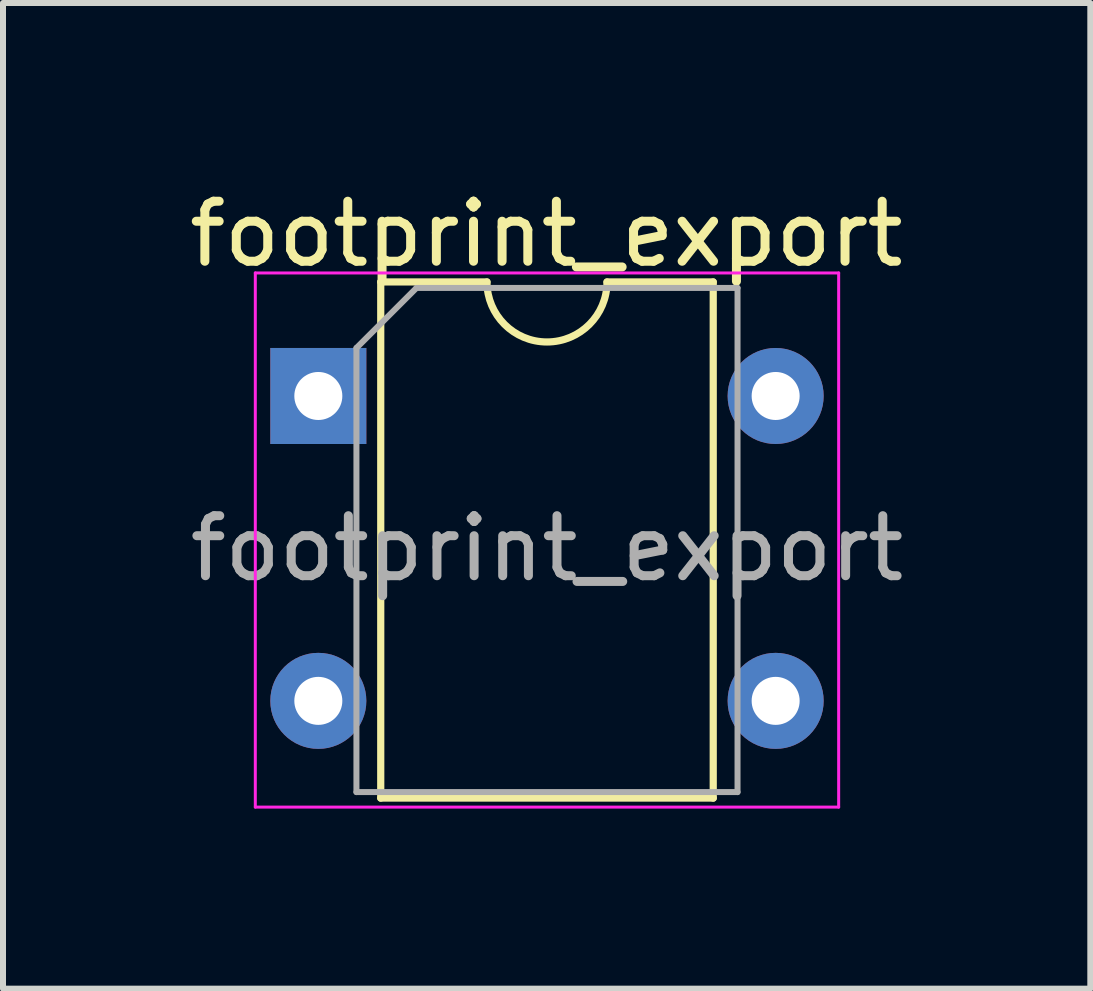
<source format=kicad_pcb>
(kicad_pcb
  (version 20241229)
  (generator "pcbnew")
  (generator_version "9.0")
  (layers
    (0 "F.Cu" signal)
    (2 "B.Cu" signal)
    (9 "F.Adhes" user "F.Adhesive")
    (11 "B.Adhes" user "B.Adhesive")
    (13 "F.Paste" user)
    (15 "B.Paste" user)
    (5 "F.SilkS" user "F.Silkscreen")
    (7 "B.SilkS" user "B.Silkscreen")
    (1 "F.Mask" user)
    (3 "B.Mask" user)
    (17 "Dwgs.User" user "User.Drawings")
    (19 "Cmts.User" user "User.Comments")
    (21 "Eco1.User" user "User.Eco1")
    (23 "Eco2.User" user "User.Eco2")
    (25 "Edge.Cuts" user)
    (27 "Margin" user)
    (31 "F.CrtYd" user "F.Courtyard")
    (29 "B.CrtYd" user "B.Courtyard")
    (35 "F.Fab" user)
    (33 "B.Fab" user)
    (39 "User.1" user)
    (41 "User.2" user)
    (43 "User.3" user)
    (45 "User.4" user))
  (footprint "footprint_export"
    (layer "F.Cu")
    (at 2.254 3.548)
    (property "Reference" "footprint_export" (at 3.8 -2.7 0) (layer "F.SilkS") (effects (font (size 1 1) (thickness 0.15))))
    (attr through_hole)
    (fp_line (start 1.04 -1.9) (end 1.04 6.7) (stroke (width 0.12) (type solid)) (layer "F.SilkS"))
    (fp_line (start 1.04 6.7) (end 6.58 6.7) (stroke (width 0.12) (type solid)) (layer "F.SilkS"))
    (fp_line (start 2.81 -1.9) (end 1.04 -1.9) (stroke (width 0.12) (type solid)) (layer "F.SilkS"))
    (fp_line (start 6.58 -1.9) (end 4.81 -1.9) (stroke (width 0.12) (type solid)) (layer "F.SilkS"))
    (fp_line (start 6.58 6.7) (end 6.58 -1.9) (stroke (width 0.12) (type solid)) (layer "F.SilkS"))
    (fp_arc (start 4.81 -1.9) (mid 3.81 -0.9) (end 2.81 -1.9) (stroke (width 0.12) (type solid)) (layer "F.SilkS"))
    (fp_line (start -1.05 -2.05) (end -1.05 6.85) (stroke (width 0.05) (type solid)) (layer "F.CrtYd"))
    (fp_line (start -1.05 -2.05) (end 8.67 -2.05) (stroke (width 0.05) (type solid)) (layer "F.CrtYd"))
    (fp_line (start 8.67 6.85) (end -1.05 6.85) (stroke (width 0.05) (type solid)) (layer "F.CrtYd"))
    (fp_line (start 8.67 6.85) (end 8.67 -2.05) (stroke (width 0.05) (type solid)) (layer "F.CrtYd"))
    (fp_line (start 0.635 -0.8) (end 1.635 -1.8) (stroke (width 0.1) (type solid)) (layer "F.Fab"))
    (fp_line (start 0.635 6.6) (end 0.635 -0.8) (stroke (width 0.1) (type solid)) (layer "F.Fab"))
    (fp_line (start 1.635 -1.8) (end 6.985 -1.8) (stroke (width 0.1) (type solid)) (layer "F.Fab"))
    (fp_line (start 6.985 -1.8) (end 6.985 6.6) (stroke (width 0.1) (type solid)) (layer "F.Fab"))
    (fp_line (start 6.985 6.6) (end 0.635 6.6) (stroke (width 0.1) (type solid)) (layer "F.Fab"))
    (fp_text user "${REFERENCE}" (at 3.81 2.54 0) (layer "F.Fab") (effects (font (size 1 1) (thickness 0.15))))
    (pad "1" thru_hole rect (at 0 0) (size 1.6 1.6) (drill 0.8) (layers "*.Cu" "*.Mask"))
    (pad "2" thru_hole oval (at 0 5.08) (size 1.6 1.6) (drill 0.8) (layers "*.Cu" "*.Mask"))
    (pad "3" thru_hole oval (at 7.62 5.08) (size 1.6 1.6) (drill 0.8) (layers "*.Cu" "*.Mask"))
    (pad "4" thru_hole oval (at 7.62 0) (size 1.6 1.6) (drill 0.8) (layers "*.Cu" "*.Mask")))
  (gr_rect
    (start -3 -3)
    (end 15.117 13.423)
    (stroke (width 0.1) (type default))
    (fill no)
    (layer "Edge.Cuts")))
</source>
